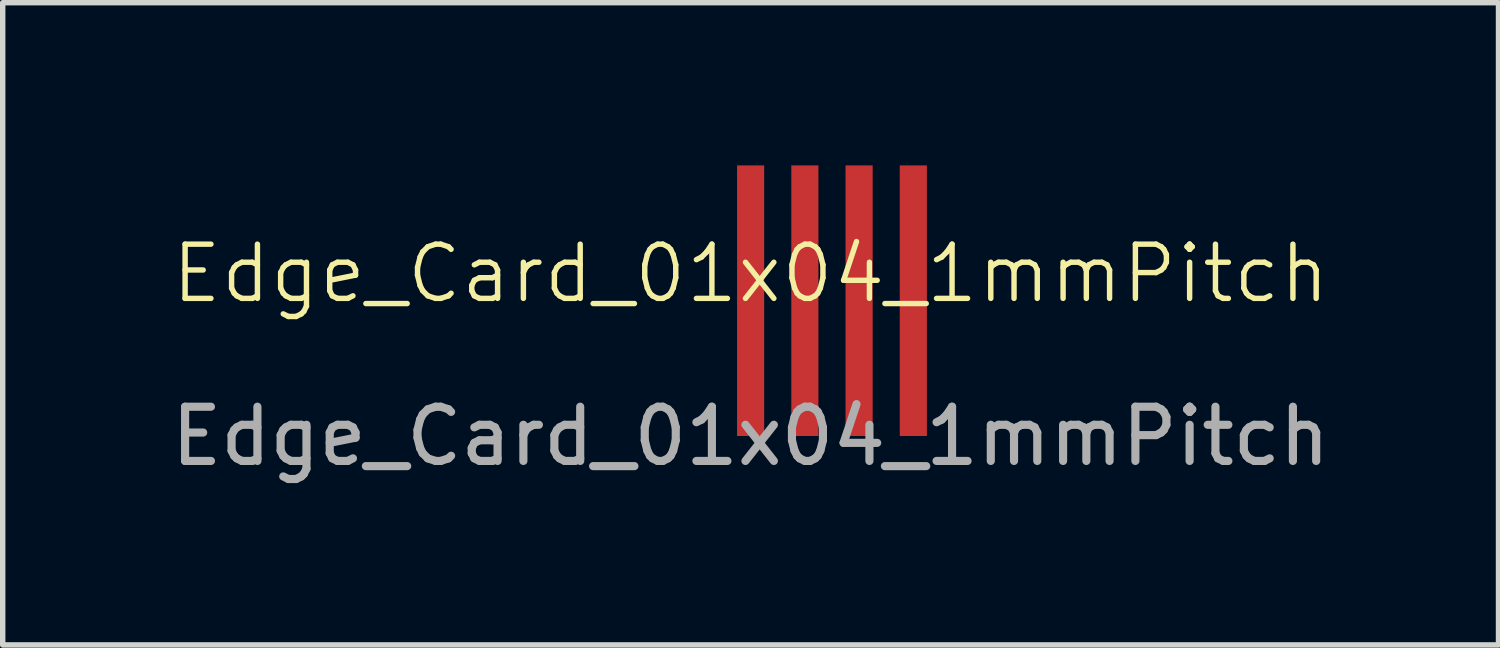
<source format=kicad_pcb>
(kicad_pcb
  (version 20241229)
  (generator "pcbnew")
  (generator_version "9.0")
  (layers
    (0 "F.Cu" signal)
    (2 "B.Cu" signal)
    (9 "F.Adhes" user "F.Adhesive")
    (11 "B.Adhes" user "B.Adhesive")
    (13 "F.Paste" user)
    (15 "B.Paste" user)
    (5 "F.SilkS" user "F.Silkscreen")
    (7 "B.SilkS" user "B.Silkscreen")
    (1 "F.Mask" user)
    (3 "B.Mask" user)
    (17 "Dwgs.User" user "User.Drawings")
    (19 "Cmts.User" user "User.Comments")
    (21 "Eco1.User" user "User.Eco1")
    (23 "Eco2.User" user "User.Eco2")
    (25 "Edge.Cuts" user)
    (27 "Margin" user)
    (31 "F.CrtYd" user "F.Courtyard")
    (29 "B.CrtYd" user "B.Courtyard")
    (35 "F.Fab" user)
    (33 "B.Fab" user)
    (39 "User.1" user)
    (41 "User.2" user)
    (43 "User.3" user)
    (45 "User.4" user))
  (footprint "Edge_Card_01x04_1mmPitch"
    (layer "F.Cu")
    (at 10.792 2.495)
    (property "Reference" "Edge_Card_01x04_1mmPitch" (at 0 -0.5 0) (unlocked yes) (layer "F.SilkS") (effects (font (size 1 1) (thickness 0.1))))
    (attr smd)
    (fp_text user "${REFERENCE}" (at 0 2.5 0) (unlocked yes) (layer "F.Fab") (effects (font (size 1 1) (thickness 0.15))))
    (pad "1" smd rect (at 0 0) (size 0.5 4.99) (layers "F.Cu" "F.Mask" "F.Paste"))
    (pad "2" smd rect (at 1 0) (size 0.5 4.99) (layers "F.Cu" "F.Mask" "F.Paste"))
    (pad "3" smd rect (at 2 0) (size 0.5 4.99) (layers "F.Cu" "F.Mask" "F.Paste"))
    (pad "4" smd rect (at 3 0) (size 0.5 4.99) (layers "F.Cu" "F.Mask" "F.Paste")))
  (gr_rect
    (start -3 -3)
    (end 24.583 8.843)
    (stroke (width 0.1) (type default))
    (fill no)
    (layer "Edge.Cuts")))
</source>
